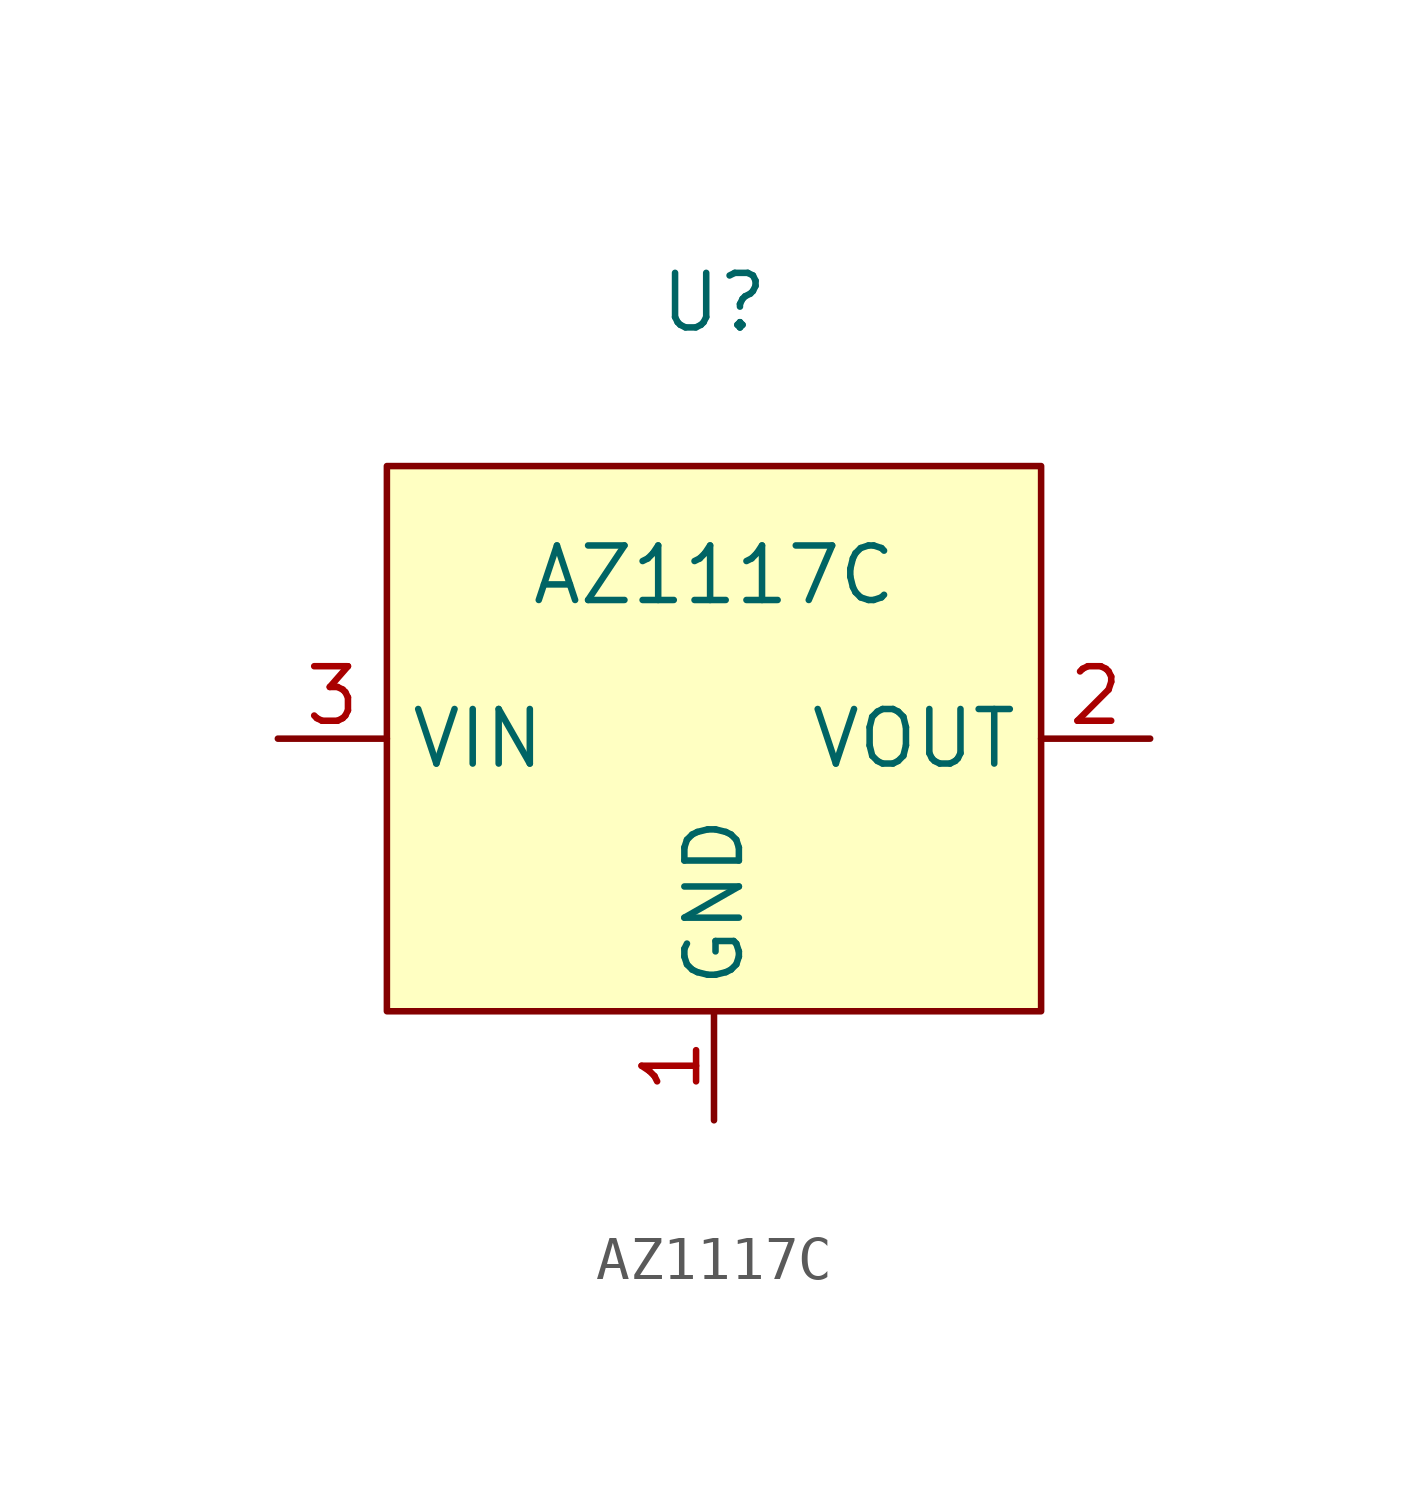
<source format=kicad_sym>
(kicad_symbol_lib
  (version 20220914)
  (generator kicad_symbol_editor)
  (symbol "AZ1117C"
    (property "Reference" "U"
      (at 0 10.16 0)
      (effects (font (size 1.27 1.27))))
    (property "Value" "AZ1117C"
      (at 0 3.81 0)
      (effects (font (size 1.27 1.27))))
    (symbol "AZ1117C_0_1"
      (rectangle (start -7.62 6.35) (end 7.62 -6.35) (stroke (width 0) (type default)) (fill (type background))))
    (symbol "AZ1117C_1_1"
      (pin power_in line (at 0 -8.89 90) (length 2.54) (name "GND" (effects (font (size 1.27 1.27)))) (number "1" (effects (font (size 1.27 1.27)))))
      (pin power_out line (at 10.16 0 180) (length 2.54) (name "VOUT" (effects (font (size 1.27 1.27)))) (number "2" (effects (font (size 1.27 1.27)))))
      (pin passive line (at 10.16 0 180) (length 2.54) hide (name "VOUT2" (effects (font (size 1.27 1.27)))) (number "2" (effects (font (size 1.27 1.27)))))
      (pin power_in line (at -10.16 0 0) (length 2.54) (name "VIN" (effects (font (size 1.27 1.27)))) (number "3" (effects (font (size 1.27 1.27))))))))
</source>
